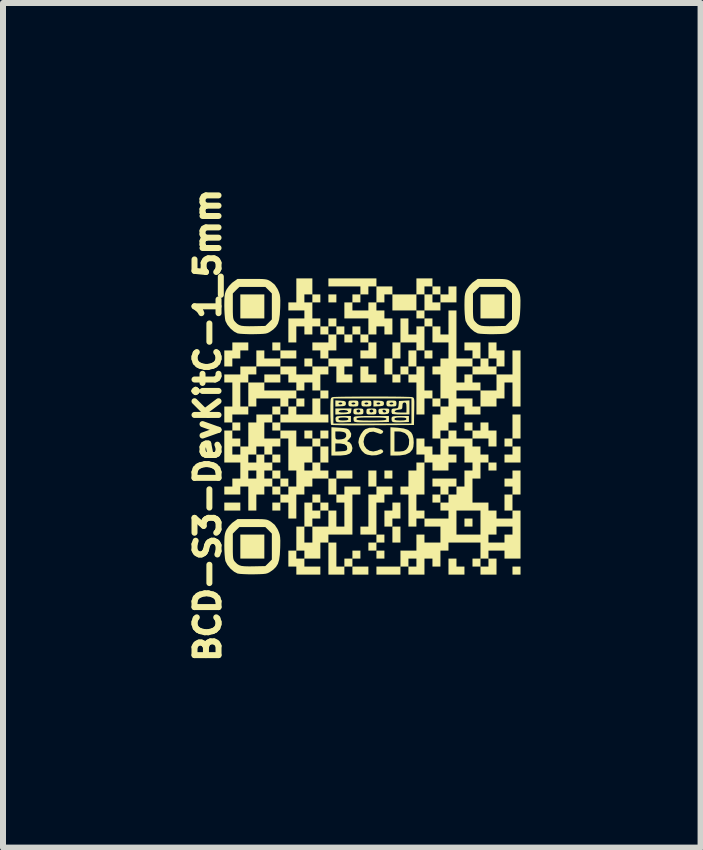
<source format=kicad_pcb>
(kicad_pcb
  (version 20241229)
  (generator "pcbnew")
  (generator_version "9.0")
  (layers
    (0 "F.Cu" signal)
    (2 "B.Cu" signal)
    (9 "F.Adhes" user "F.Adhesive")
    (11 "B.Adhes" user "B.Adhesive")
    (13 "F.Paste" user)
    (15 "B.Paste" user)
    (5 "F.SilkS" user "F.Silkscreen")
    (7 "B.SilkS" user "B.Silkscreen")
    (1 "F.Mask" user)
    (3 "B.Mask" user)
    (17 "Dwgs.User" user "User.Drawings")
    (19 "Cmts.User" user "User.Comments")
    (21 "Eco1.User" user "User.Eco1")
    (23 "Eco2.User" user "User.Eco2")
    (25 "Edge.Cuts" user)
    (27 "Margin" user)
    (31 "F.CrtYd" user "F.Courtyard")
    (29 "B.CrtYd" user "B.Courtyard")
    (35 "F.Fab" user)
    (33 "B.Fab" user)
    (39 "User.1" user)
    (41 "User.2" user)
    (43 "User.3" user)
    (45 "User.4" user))
  (footprint "BCD-S3-DevKitC-1_5mm"
    (layer "F.Cu")
    (at 3.153 4.054)
    (property "Reference" "BCD-S3-DevKitC-1_5mm" (at -2.743 -0.021 90) (layer "F.SilkS") (effects (font (size 0.4 0.4) (thickness 0.1) (bold yes))))
    (attr board_only exclude_from_pos_files exclude_from_bom)
    (fp_poly (pts (xy -2.2 1.333) (xy -2.2 1.4) (xy -2.333 1.4) (xy -2.467 1.4) (xy -2.467 1.333) (xy -2.467 1.267) (xy -2.333 1.267) (xy -2.2 1.267)) (stroke (width 0) (type solid)) (fill yes) (layer "F.SilkS"))
    (fp_poly (pts (xy -1.8 -2) (xy -1.8 -1.8) (xy -2 -1.8) (xy -2.2 -1.8) (xy -2.2 -2) (xy -2.2 -2.2) (xy -2 -2.2) (xy -1.8 -2.2)) (stroke (width 0) (type solid)) (fill yes) (layer "F.SilkS"))
    (fp_poly (pts (xy -1.8 2) (xy -1.8 2.2) (xy -2 2.2) (xy -2.2 2.2) (xy -2.2 2) (xy -2.2 1.8) (xy -2 1.8) (xy -1.8 1.8)) (stroke (width 0) (type solid)) (fill yes) (layer "F.SilkS"))
    (fp_poly (pts (xy -1.533 -1.333) (xy -1.533 -1.267) (xy -1.6 -1.267) (xy -1.667 -1.267) (xy -1.667 -1.333) (xy -1.667 -1.4) (xy -1.6 -1.4) (xy -1.533 -1.4)) (stroke (width 0) (type solid)) (fill yes) (layer "F.SilkS"))
    (fp_poly (pts (xy -1.533 0.533) (xy -1.533 0.6) (xy -1.6 0.6) (xy -1.667 0.6) (xy -1.667 0.533) (xy -1.667 0.467) (xy -1.6 0.467) (xy -1.533 0.467)) (stroke (width 0) (type solid)) (fill yes) (layer "F.SilkS"))
    (fp_poly (pts (xy -1.533 0.8) (xy -1.533 0.867) (xy -1.6 0.867) (xy -1.667 0.867) (xy -1.667 0.8) (xy -1.667 0.733) (xy -1.6 0.733) (xy -1.533 0.733)) (stroke (width 0) (type solid)) (fill yes) (layer "F.SilkS"))
    (fp_poly (pts (xy -1.4 0.933) (xy -1.4 1) (xy -1.467 1) (xy -1.533 1) (xy -1.533 0.933) (xy -1.533 0.867) (xy -1.467 0.867) (xy -1.4 0.867)) (stroke (width 0) (type solid)) (fill yes) (layer "F.SilkS"))
    (fp_poly (pts (xy -1.133 -0.4) (xy -1.133 -0.333) (xy -1.2 -0.333) (xy -1.267 -0.333) (xy -1.267 -0.4) (xy -1.267 -0.467) (xy -1.2 -0.467) (xy -1.133 -0.467)) (stroke (width 0) (type solid)) (fill yes) (layer "F.SilkS"))
    (fp_poly (pts (xy -0.6 -2.133) (xy -0.6 -2.067) (xy -0.667 -2.067) (xy -0.733 -2.067) (xy -0.733 -2.133) (xy -0.733 -2.2) (xy -0.667 -2.2) (xy -0.6 -2.2)) (stroke (width 0) (type solid)) (fill yes) (layer "F.SilkS"))
    (fp_poly (pts (xy -0.067 2.4) (xy -0.067 2.467) (xy -0.2 2.467) (xy -0.333 2.467) (xy -0.333 2.4) (xy -0.333 2.333) (xy -0.2 2.333) (xy -0.067 2.333)) (stroke (width 0) (type solid)) (fill yes) (layer "F.SilkS"))
    (fp_poly (pts (xy 0.067 0.867) (xy 0.067 1) (xy 0 1) (xy -0.067 1) (xy -0.067 0.867) (xy -0.067 0.733) (xy 0 0.733) (xy 0.067 0.733)) (stroke (width 0) (type solid)) (fill yes) (layer "F.SilkS"))
    (fp_poly (pts (xy 0.2 2.133) (xy 0.2 2.2) (xy 0.133 2.2) (xy 0.067 2.2) (xy 0.067 2.133) (xy 0.067 2.067) (xy 0.133 2.067) (xy 0.2 2.067)) (stroke (width 0) (type solid)) (fill yes) (layer "F.SilkS"))
    (fp_poly (pts (xy 0.333 0.8) (xy 0.333 0.867) (xy 0.267 0.867) (xy 0.2 0.867) (xy 0.2 0.8) (xy 0.2 0.733) (xy 0.267 0.733) (xy 0.333 0.733)) (stroke (width 0) (type solid)) (fill yes) (layer "F.SilkS"))
    (fp_poly (pts (xy 0.467 1.8) (xy 0.467 1.933) (xy 0.4 1.933) (xy 0.333 1.933) (xy 0.333 1.8) (xy 0.333 1.667) (xy 0.4 1.667) (xy 0.467 1.667)) (stroke (width 0) (type solid)) (fill yes) (layer "F.SilkS"))
    (fp_poly (pts (xy 0.733 -1.133) (xy 0.733 -1) (xy 0.667 -1) (xy 0.6 -1) (xy 0.6 -1.133) (xy 0.6 -1.267) (xy 0.667 -1.267) (xy 0.733 -1.267)) (stroke (width 0) (type solid)) (fill yes) (layer "F.SilkS"))
    (fp_poly (pts (xy 1 -1.2) (xy 1 -1.133) (xy 0.933 -1.133) (xy 0.867 -1.133) (xy 0.867 -1.2) (xy 0.867 -1.267) (xy 0.933 -1.267) (xy 1 -1.267)) (stroke (width 0) (type solid)) (fill yes) (layer "F.SilkS"))
    (fp_poly (pts (xy 1.667 1.6) (xy 1.667 1.667) (xy 1.6 1.667) (xy 1.533 1.667) (xy 1.533 1.6) (xy 1.533 1.533) (xy 1.6 1.533) (xy 1.667 1.533)) (stroke (width 0) (type solid)) (fill yes) (layer "F.SilkS"))
    (fp_poly (pts (xy 2.067 0.667) (xy 2.067 0.733) (xy 2 0.733) (xy 1.933 0.733) (xy 1.933 0.667) (xy 1.933 0.6) (xy 2 0.6) (xy 2.067 0.6)) (stroke (width 0) (type solid)) (fill yes) (layer "F.SilkS"))
    (fp_poly (pts (xy 2.2 -2) (xy 2.2 -1.8) (xy 2 -1.8) (xy 1.8 -1.8) (xy 1.8 -2) (xy 1.8 -2.2) (xy 2 -2.2) (xy 2.2 -2.2)) (stroke (width 0) (type solid)) (fill yes) (layer "F.SilkS"))
    (fp_poly (pts (xy 2.467 2.4) (xy 2.467 2.467) (xy 2.4 2.467) (xy 2.333 2.467) (xy 2.333 2.4) (xy 2.333 2.333) (xy 2.4 2.333) (xy 2.467 2.333)) (stroke (width 0) (type solid)) (fill yes) (layer "F.SilkS"))
    (fp_poly (pts (xy -0.067 -0.933) (xy -0.067 -0.867) (xy 0 -0.867) (xy 0.067 -0.867) (xy 0.067 -0.8) (xy 0.067 -0.733) (xy -0.067 -0.733) (xy -0.2 -0.733) (xy -0.2 -0.867) (xy -0.2 -1) (xy -0.133 -1) (xy -0.067 -1)) (stroke (width 0) (type solid)) (fill yes) (layer "F.SilkS"))
    (fp_poly (pts (xy 0.067 -1.267) (xy 0.067 -1.133) (xy -0.067 -1.133) (xy -0.2 -1.133) (xy -0.2 -1.2) (xy -0.2 -1.267) (xy -0.133 -1.267) (xy -0.067 -1.267) (xy -0.067 -1.333) (xy -0.067 -1.4) (xy 0 -1.4) (xy 0.067 -1.4)) (stroke (width 0) (type solid)) (fill yes) (layer "F.SilkS"))
    (fp_poly (pts (xy 1.4 2.267) (xy 1.4 2.333) (xy 1.467 2.333) (xy 1.533 2.333) (xy 1.533 2.4) (xy 1.533 2.467) (xy 1.4 2.467) (xy 1.267 2.467) (xy 1.267 2.333) (xy 1.267 2.2) (xy 1.333 2.2) (xy 1.4 2.2)) (stroke (width 0) (type solid)) (fill yes) (layer "F.SilkS"))
    (fp_poly (pts (xy 2.467 0.467) (xy 2.467 0.6) (xy 2.333 0.6) (xy 2.2 0.6) (xy 2.2 0.533) (xy 2.2 0.467) (xy 2.267 0.467) (xy 2.333 0.467) (xy 2.333 0.4) (xy 2.333 0.333) (xy 2.4 0.333) (xy 2.467 0.333)) (stroke (width 0) (type solid)) (fill yes) (layer "F.SilkS"))
    (fp_poly (pts (xy 0.2 1.867) (xy 0.2 1.933) (xy 0.133 1.933) (xy 0.067 1.933) (xy 0.067 2) (xy 0.067 2.067) (xy 0 2.067) (xy -0.067 2.067) (xy -0.067 2) (xy -0.067 1.933) (xy 0 1.933) (xy 0.067 1.933) (xy 0.067 1.867) (xy 0.067 1.8) (xy 0.133 1.8) (xy 0.2 1.8)) (stroke (width 0) (type solid)) (fill yes) (layer "F.SilkS"))
    (fp_poly (pts (xy 0.467 1.4) (xy 0.467 1.533) (xy 0.4 1.533) (xy 0.333 1.533) (xy 0.333 1.6) (xy 0.333 1.667) (xy 0.267 1.667) (xy 0.2 1.667) (xy 0.2 1.533) (xy 0.2 1.4) (xy 0.267 1.4) (xy 0.333 1.4) (xy 0.333 1.333) (xy 0.333 1.267) (xy 0.4 1.267) (xy 0.467 1.267)) (stroke (width 0) (type solid)) (fill yes) (layer "F.SilkS"))
    (fp_poly (pts (xy 2.467 0) (xy 2.467 0.2) (xy 2.4 0.2) (xy 2.333 0.2) (xy 2.333 0.267) (xy 2.333 0.333) (xy 2.267 0.333) (xy 2.2 0.333) (xy 2.2 0.267) (xy 2.2 0.2) (xy 2.267 0.2) (xy 2.333 0.2) (xy 2.333 0) (xy 2.333 -0.2) (xy 2.4 -0.2) (xy 2.467 -0.2)) (stroke (width 0) (type solid)) (fill yes) (layer "F.SilkS"))
    (fp_poly (pts (xy -2.067 -1.333) (xy -2.067 -1.267) (xy -2.133 -1.267) (xy -2.2 -1.267) (xy -2.2 -1.2) (xy -2.2 -1.133) (xy -2.267 -1.133) (xy -2.333 -1.133) (xy -2.333 -1.067) (xy -2.333 -1) (xy -2.4 -1) (xy -2.467 -1) (xy -2.467 -1.133) (xy -2.467 -1.267) (xy -2.4 -1.267) (xy -2.333 -1.267) (xy -2.333 -1.333) (xy -2.333 -1.4) (xy -2.2 -1.4) (xy -2.067 -1.4)) (stroke (width 0) (type solid)) (fill yes) (layer "F.SilkS"))
    (fp_poly (pts (xy -0.529 -0.43) (xy -0.478 -0.426) (xy -0.452 -0.417) (xy -0.443 -0.401) (xy -0.442 -0.383) (xy -0.445 -0.359) (xy -0.459 -0.346) (xy -0.492 -0.339) (xy -0.529 -0.337) (xy -0.617 -0.332) (xy -0.617 -0.383) (xy -0.567 -0.383) (xy -0.553 -0.37) (xy -0.533 -0.367) (xy -0.506 -0.374) (xy -0.5 -0.383) (xy -0.514 -0.397) (xy -0.533 -0.4) (xy -0.56 -0.393) (xy -0.567 -0.383) (xy -0.617 -0.383) (xy -0.617 -0.435)) (stroke (width 0) (type solid)) (fill yes) (layer "F.SilkS"))
    (fp_poly (pts (xy 0.104 -0.43) (xy 0.155 -0.426) (xy 0.181 -0.417) (xy 0.191 -0.401) (xy 0.192 -0.383) (xy 0.189 -0.359) (xy 0.175 -0.346) (xy 0.141 -0.339) (xy 0.104 -0.337) (xy 0.017 -0.332) (xy 0.017 -0.383) (xy 0.067 -0.383) (xy 0.081 -0.37) (xy 0.1 -0.367) (xy 0.127 -0.374) (xy 0.133 -0.383) (xy 0.119 -0.397) (xy 0.1 -0.4) (xy 0.073 -0.393) (xy 0.067 -0.383) (xy 0.017 -0.383) (xy 0.017 -0.435)) (stroke (width 0) (type solid)) (fill yes) (layer "F.SilkS"))
    (fp_poly (pts (xy 0.333 1.067) (xy 0.333 1.133) (xy 0.267 1.133) (xy 0.2 1.133) (xy 0.2 1.2) (xy 0.2 1.267) (xy 0.133 1.267) (xy 0.067 1.267) (xy 0.067 1.533) (xy 0.067 1.8) (xy -0.067 1.8) (xy -0.2 1.8) (xy -0.2 1.733) (xy -0.2 1.667) (xy -0.133 1.667) (xy -0.067 1.667) (xy -0.067 1.4) (xy -0.067 1.133) (xy 0 1.133) (xy 0.067 1.133) (xy 0.067 1.067) (xy 0.067 1) (xy 0.2 1) (xy 0.333 1)) (stroke (width 0) (type solid)) (fill yes) (layer "F.SilkS"))
    (fp_poly (pts (xy 1.4 0.933) (xy 1.4 1) (xy 1.333 1) (xy 1.267 1) (xy 1.267 1.067) (xy 1.267 1.133) (xy 1.2 1.133) (xy 1.133 1.133) (xy 1.133 1.2) (xy 1.133 1.267) (xy 1.067 1.267) (xy 1 1.267) (xy 1 1.2) (xy 1 1.133) (xy 1.067 1.133) (xy 1.133 1.133) (xy 1.133 1.067) (xy 1.133 1) (xy 1.067 1) (xy 1 1) (xy 1 0.933) (xy 1 0.867) (xy 1.2 0.867) (xy 1.4 0.867)) (stroke (width 0) (type solid)) (fill yes) (layer "F.SilkS"))
    (fp_poly (pts (xy 2.467 0.933) (xy 2.467 1.133) (xy 2.4 1.133) (xy 2.333 1.133) (xy 2.333 1.267) (xy 2.333 1.4) (xy 2.267 1.4) (xy 2.2 1.4) (xy 2.2 1.267) (xy 2.2 1.133) (xy 2.267 1.133) (xy 2.333 1.133) (xy 2.333 1.067) (xy 2.333 1) (xy 2.267 1) (xy 2.2 1) (xy 2.2 0.933) (xy 2.2 0.867) (xy 2.267 0.867) (xy 2.333 0.867) (xy 2.333 0.8) (xy 2.333 0.733) (xy 2.4 0.733) (xy 2.467 0.733)) (stroke (width 0) (type solid)) (fill yes) (layer "F.SilkS"))
    (fp_poly (pts (xy -0.353 -0.254) (xy -0.357 -0.231) (xy -0.368 -0.217) (xy -0.392 -0.21) (xy -0.436 -0.206) (xy -0.487 -0.203) (xy -0.617 -0.199) (xy -0.617 -0.249) (xy -0.617 -0.254) (xy -0.562 -0.254) (xy -0.556 -0.241) (xy -0.522 -0.234) (xy -0.483 -0.233) (xy -0.43 -0.236) (xy -0.406 -0.245) (xy -0.404 -0.254) (xy -0.425 -0.268) (xy -0.469 -0.275) (xy -0.483 -0.275) (xy -0.533 -0.27) (xy -0.56 -0.258) (xy -0.562 -0.254) (xy -0.617 -0.254) (xy -0.617 -0.3) (xy -0.482 -0.3) (xy -0.348 -0.3)) (stroke (width 0) (type solid)) (fill yes) (layer "F.SilkS"))
    (fp_poly (pts (xy -0.267 -0.432) (xy -0.243 -0.426) (xy -0.234 -0.408) (xy -0.233 -0.383) (xy -0.235 -0.354) (xy -0.246 -0.339) (xy -0.276 -0.334) (xy -0.317 -0.333) (xy -0.366 -0.334) (xy -0.391 -0.341) (xy -0.399 -0.359) (xy -0.4 -0.383) (xy -0.35 -0.383) (xy -0.336 -0.37) (xy -0.317 -0.367) (xy -0.29 -0.374) (xy -0.283 -0.383) (xy -0.297 -0.397) (xy -0.317 -0.4) (xy -0.344 -0.393) (xy -0.35 -0.383) (xy -0.4 -0.383) (xy -0.398 -0.413) (xy -0.387 -0.428) (xy -0.358 -0.433) (xy -0.317 -0.433)) (stroke (width 0) (type solid)) (fill yes) (layer "F.SilkS"))
    (fp_poly (pts (xy -0.051 -0.432) (xy -0.026 -0.426) (xy -0.018 -0.408) (xy -0.017 -0.383) (xy -0.018 -0.354) (xy -0.03 -0.339) (xy -0.059 -0.334) (xy -0.1 -0.333) (xy -0.149 -0.334) (xy -0.174 -0.341) (xy -0.182 -0.359) (xy -0.183 -0.383) (xy -0.133 -0.383) (xy -0.119 -0.37) (xy -0.1 -0.367) (xy -0.073 -0.374) (xy -0.067 -0.383) (xy -0.081 -0.397) (xy -0.1 -0.4) (xy -0.127 -0.393) (xy -0.133 -0.383) (xy -0.183 -0.383) (xy -0.182 -0.413) (xy -0.17 -0.428) (xy -0.141 -0.433) (xy -0.1 -0.433)) (stroke (width 0) (type solid)) (fill yes) (layer "F.SilkS"))
    (fp_poly (pts (xy 0.366 -0.432) (xy 0.391 -0.426) (xy 0.399 -0.408) (xy 0.4 -0.383) (xy 0.398 -0.354) (xy 0.387 -0.339) (xy 0.358 -0.334) (xy 0.317 -0.333) (xy 0.267 -0.334) (xy 0.243 -0.341) (xy 0.234 -0.359) (xy 0.233 -0.383) (xy 0.283 -0.383) (xy 0.297 -0.37) (xy 0.317 -0.367) (xy 0.344 -0.374) (xy 0.35 -0.383) (xy 0.336 -0.397) (xy 0.317 -0.4) (xy 0.29 -0.393) (xy 0.283 -0.383) (xy 0.233 -0.383) (xy 0.235 -0.413) (xy 0.246 -0.428) (xy 0.276 -0.433) (xy 0.317 -0.433)) (stroke (width 0) (type solid)) (fill yes) (layer "F.SilkS"))
    (fp_poly (pts (xy -0.184 -0.299) (xy -0.159 -0.292) (xy -0.151 -0.275) (xy -0.15 -0.25) (xy -0.152 -0.22) (xy -0.163 -0.206) (xy -0.192 -0.201) (xy -0.233 -0.2) (xy -0.283 -0.201) (xy -0.307 -0.208) (xy -0.316 -0.225) (xy -0.317 -0.25) (xy -0.316 -0.258) (xy -0.267 -0.258) (xy -0.253 -0.238) (xy -0.233 -0.233) (xy -0.206 -0.244) (xy -0.2 -0.258) (xy -0.214 -0.279) (xy -0.233 -0.283) (xy -0.26 -0.273) (xy -0.267 -0.258) (xy -0.316 -0.258) (xy -0.315 -0.28) (xy -0.304 -0.294) (xy -0.274 -0.299) (xy -0.233 -0.3)) (stroke (width 0) (type solid)) (fill yes) (layer "F.SilkS"))
    (fp_poly (pts (xy 0.033 -0.299) (xy 0.057 -0.292) (xy 0.066 -0.275) (xy 0.067 -0.25) (xy 0.065 -0.22) (xy 0.054 -0.206) (xy 0.024 -0.201) (xy -0.017 -0.2) (xy -0.066 -0.201) (xy -0.091 -0.208) (xy -0.099 -0.225) (xy -0.1 -0.25) (xy -0.099 -0.258) (xy -0.05 -0.258) (xy -0.036 -0.238) (xy -0.017 -0.233) (xy 0.01 -0.244) (xy 0.017 -0.258) (xy 0.003 -0.279) (xy -0.017 -0.283) (xy -0.044 -0.273) (xy -0.05 -0.258) (xy -0.099 -0.258) (xy -0.098 -0.28) (xy -0.087 -0.294) (xy -0.058 -0.299) (xy -0.017 -0.3)) (stroke (width 0) (type solid)) (fill yes) (layer "F.SilkS"))
    (fp_poly (pts (xy -0.6 2.133) (xy -0.6 2.333) (xy -0.533 2.333) (xy -0.467 2.333) (xy -0.467 2.267) (xy -0.467 2.2) (xy -0.4 2.2) (xy -0.333 2.2) (xy -0.333 2.133) (xy -0.333 2.067) (xy -0.267 2.067) (xy -0.2 2.067) (xy -0.2 2.133) (xy -0.2 2.2) (xy -0.267 2.2) (xy -0.333 2.2) (xy -0.333 2.267) (xy -0.333 2.333) (xy -0.4 2.333) (xy -0.467 2.333) (xy -0.467 2.4) (xy -0.467 2.467) (xy -0.6 2.467) (xy -0.733 2.467) (xy -0.733 2.2) (xy -0.733 1.933) (xy -0.667 1.933) (xy -0.6 1.933)) (stroke (width 0) (type solid)) (fill yes) (layer "F.SilkS"))
    (fp_poly (pts (xy -0.358 -0.125) (xy -0.358 -0.075) (xy -0.479 -0.07) (xy -0.546 -0.069) (xy -0.586 -0.073) (xy -0.606 -0.083) (xy -0.61 -0.09) (xy -0.615 -0.125) (xy -0.567 -0.125) (xy -0.558 -0.109) (xy -0.527 -0.102) (xy -0.483 -0.1) (xy -0.431 -0.103) (xy -0.405 -0.112) (xy -0.4 -0.125) (xy -0.409 -0.141) (xy -0.44 -0.148) (xy -0.483 -0.15) (xy -0.536 -0.147) (xy -0.561 -0.138) (xy -0.567 -0.125) (xy -0.615 -0.125) (xy -0.615 -0.128) (xy -0.614 -0.145) (xy -0.606 -0.16) (xy -0.587 -0.17) (xy -0.548 -0.174) (xy -0.483 -0.175) (xy -0.358 -0.175)) (stroke (width 0) (type solid)) (fill yes) (layer "F.SilkS"))
    (fp_poly (pts (xy 0.245 -0.299) (xy 0.273 -0.294) (xy 0.282 -0.281) (xy 0.28 -0.255) (xy 0.28 -0.254) (xy 0.274 -0.226) (xy 0.256 -0.211) (xy 0.218 -0.205) (xy 0.199 -0.203) (xy 0.151 -0.203) (xy 0.118 -0.207) (xy 0.112 -0.21) (xy 0.102 -0.235) (xy 0.1 -0.26) (xy 0.167 -0.26) (xy 0.181 -0.238) (xy 0.201 -0.233) (xy 0.227 -0.241) (xy 0.229 -0.254) (xy 0.211 -0.275) (xy 0.186 -0.28) (xy 0.168 -0.268) (xy 0.167 -0.26) (xy 0.1 -0.26) (xy 0.1 -0.261) (xy 0.103 -0.283) (xy 0.116 -0.295) (xy 0.149 -0.299) (xy 0.193 -0.3)) (stroke (width 0) (type solid)) (fill yes) (layer "F.SilkS"))
    (fp_poly (pts (xy 0.421 0.02) (xy 0.522 0.033) (xy 0.595 0.058) (xy 0.645 0.097) (xy 0.668 0.137) (xy 0.684 0.198) (xy 0.688 0.27) (xy 0.682 0.339) (xy 0.667 0.382) (xy 0.623 0.434) (xy 0.554 0.467) (xy 0.458 0.482) (xy 0.421 0.483) (xy 0.3 0.483) (xy 0.3 0.25) (xy 0.367 0.25) (xy 0.367 0.417) (xy 0.447 0.417) (xy 0.514 0.41) (xy 0.558 0.387) (xy 0.562 0.384) (xy 0.592 0.343) (xy 0.608 0.301) (xy 0.612 0.22) (xy 0.589 0.155) (xy 0.54 0.109) (xy 0.471 0.085) (xy 0.439 0.083) (xy 0.367 0.083) (xy 0.367 0.25) (xy 0.3 0.25) (xy 0.3 0.248) (xy 0.3 0.012)) (stroke (width 0) (type solid)) (fill yes) (layer "F.SilkS"))
    (fp_poly (pts (xy 0.608 -0.125) (xy 0.608 -0.075) (xy 0.471 -0.07) (xy 0.399 -0.069) (xy 0.355 -0.072) (xy 0.331 -0.08) (xy 0.323 -0.09) (xy 0.318 -0.125) (xy 0.367 -0.125) (xy 0.374 -0.11) (xy 0.402 -0.103) (xy 0.455 -0.1) (xy 0.467 -0.1) (xy 0.525 -0.102) (xy 0.556 -0.109) (xy 0.566 -0.122) (xy 0.567 -0.125) (xy 0.559 -0.14) (xy 0.532 -0.147) (xy 0.479 -0.15) (xy 0.467 -0.15) (xy 0.409 -0.148) (xy 0.377 -0.141) (xy 0.367 -0.128) (xy 0.367 -0.125) (xy 0.318 -0.125) (xy 0.318 -0.128) (xy 0.32 -0.145) (xy 0.326 -0.16) (xy 0.344 -0.169) (xy 0.38 -0.173) (xy 0.44 -0.175) (xy 0.467 -0.175) (xy 0.608 -0.175)) (stroke (width 0) (type solid)) (fill yes) (layer "F.SilkS"))
    (fp_poly (pts (xy 0.106 0.035) (xy 0.127 0.044) (xy 0.169 0.067) (xy 0.181 0.087) (xy 0.167 0.109) (xy 0.161 0.115) (xy 0.135 0.124) (xy 0.097 0.112) (xy 0.09 0.109) (xy 0.017 0.085) (xy -0.048 0.093) (xy -0.101 0.13) (xy -0.133 0.182) (xy -0.148 0.254) (xy -0.135 0.318) (xy -0.1 0.369) (xy -0.048 0.404) (xy 0.014 0.416) (xy 0.083 0.401) (xy 0.1 0.392) (xy 0.14 0.379) (xy 0.162 0.387) (xy 0.181 0.411) (xy 0.172 0.434) (xy 0.134 0.458) (xy 0.067 0.478) (xy -0.011 0.482) (xy -0.086 0.469) (xy -0.126 0.452) (xy -0.177 0.404) (xy -0.215 0.338) (xy -0.233 0.268) (xy -0.233 0.257) (xy -0.222 0.195) (xy -0.192 0.129) (xy -0.151 0.072) (xy -0.119 0.045) (xy -0.052 0.022) (xy 0.028 0.019)) (stroke (width 0) (type solid)) (fill yes) (layer "F.SilkS"))
    (fp_poly (pts (xy -1.533 -0.8) (xy -1.533 -0.733) (xy -1.667 -0.733) (xy -1.8 -0.733) (xy -1.8 -0.667) (xy -1.8 -0.6) (xy -1.533 -0.6) (xy -1.267 -0.6) (xy -1.267 -0.533) (xy -1.267 -0.467) (xy -1.333 -0.467) (xy -1.4 -0.467) (xy -1.4 -0.4) (xy -1.4 -0.333) (xy -1.467 -0.333) (xy -1.533 -0.333) (xy -1.533 -0.267) (xy -1.533 -0.2) (xy -1.6 -0.2) (xy -1.667 -0.2) (xy -1.667 -0.267) (xy -1.667 -0.333) (xy -1.6 -0.333) (xy -1.533 -0.333) (xy -1.533 -0.4) (xy -1.533 -0.467) (xy -1.733 -0.467) (xy -1.933 -0.467) (xy -1.933 -0.4) (xy -1.933 -0.333) (xy -2 -0.333) (xy -2.067 -0.333) (xy -2.067 -0.533) (xy -2.067 -0.733) (xy -1.933 -0.733) (xy -1.8 -0.733) (xy -1.8 -0.8) (xy -1.8 -0.867) (xy -1.667 -0.867) (xy -1.533 -0.867)) (stroke (width 0) (type solid)) (fill yes) (layer "F.SilkS"))
    (fp_poly (pts (xy -0.733 -0.533) (xy -0.733 -0.467) (xy -0.8 -0.467) (xy -0.867 -0.467) (xy -0.867 -0.333) (xy -0.867 -0.2) (xy -0.8 -0.2) (xy -0.733 -0.2) (xy -0.733 -0.133) (xy -0.733 -0.067) (xy -1.133 -0.067) (xy -1.533 -0.067) (xy -1.533 0) (xy -1.533 0.067) (xy -1.6 0.067) (xy -1.667 0.067) (xy -1.667 0) (xy -1.667 -0.067) (xy -1.6 -0.067) (xy -1.533 -0.067) (xy -1.533 -0.133) (xy -1.533 -0.2) (xy -1.467 -0.2) (xy -1.4 -0.2) (xy -1.4 -0.267) (xy -1.4 -0.333) (xy -1.333 -0.333) (xy -1.267 -0.333) (xy -1.267 -0.267) (xy -1.267 -0.2) (xy -1.133 -0.2) (xy -1 -0.2) (xy -1 -0.333) (xy -1 -0.467) (xy -0.933 -0.467) (xy -0.867 -0.467) (xy -0.867 -0.533) (xy -0.867 -0.6) (xy -0.8 -0.6) (xy -0.733 -0.6)) (stroke (width 0) (type solid)) (fill yes) (layer "F.SilkS"))
    (fp_poly (pts (xy 0.617 -0.318) (xy 0.617 -0.2) (xy 0.478 -0.2) (xy 0.413 -0.201) (xy 0.361 -0.205) (xy 0.331 -0.209) (xy 0.328 -0.211) (xy 0.319 -0.235) (xy 0.317 -0.254) (xy 0.371 -0.254) (xy 0.377 -0.242) (xy 0.409 -0.235) (xy 0.465 -0.233) (xy 0.567 -0.233) (xy 0.567 -0.317) (xy 0.565 -0.367) (xy 0.557 -0.392) (xy 0.541 -0.4) (xy 0.533 -0.4) (xy 0.51 -0.393) (xy 0.501 -0.367) (xy 0.5 -0.343) (xy 0.497 -0.305) (xy 0.482 -0.287) (xy 0.445 -0.281) (xy 0.439 -0.28) (xy 0.397 -0.272) (xy 0.372 -0.257) (xy 0.371 -0.254) (xy 0.317 -0.254) (xy 0.317 -0.261) (xy 0.322 -0.288) (xy 0.343 -0.298) (xy 0.374 -0.3) (xy 0.412 -0.303) (xy 0.429 -0.317) (xy 0.436 -0.354) (xy 0.436 -0.362) (xy 0.442 -0.425) (xy 0.529 -0.43) (xy 0.617 -0.435)) (stroke (width 0) (type solid)) (fill yes) (layer "F.SilkS"))
    (fp_poly (pts (xy 0.275 -0.125) (xy 0.275 -0.075) (xy -0.013 -0.07) (xy -0.12 -0.069) (xy -0.198 -0.069) (xy -0.252 -0.071) (xy -0.285 -0.076) (xy -0.303 -0.082) (xy -0.31 -0.09) (xy -0.315 -0.125) (xy -0.267 -0.125) (xy -0.262 -0.115) (xy -0.245 -0.108) (xy -0.212 -0.104) (xy -0.157 -0.101) (xy -0.076 -0.1) (xy -0.017 -0.1) (xy 0.081 -0.1) (xy 0.15 -0.102) (xy 0.195 -0.105) (xy 0.221 -0.111) (xy 0.232 -0.119) (xy 0.233 -0.125) (xy 0.229 -0.135) (xy 0.212 -0.142) (xy 0.179 -0.146) (xy 0.124 -0.149) (xy 0.043 -0.15) (xy -0.017 -0.15) (xy -0.115 -0.15) (xy -0.184 -0.148) (xy -0.229 -0.145) (xy -0.254 -0.139) (xy -0.265 -0.131) (xy -0.267 -0.125) (xy -0.315 -0.125) (xy -0.315 -0.128) (xy -0.314 -0.145) (xy -0.309 -0.156) (xy -0.298 -0.164) (xy -0.274 -0.169) (xy -0.234 -0.172) (xy -0.173 -0.174) (xy -0.086 -0.175) (xy -0.016 -0.175) (xy 0.275 -0.175)) (stroke (width 0) (type solid)) (fill yes) (layer "F.SilkS"))
    (fp_poly (pts (xy 0.095 -0.499) (xy 0.222 -0.499) (xy 0.342 -0.498) (xy 0.45 -0.497) (xy 0.541 -0.495) (xy 0.609 -0.493) (xy 0.652 -0.491) (xy 0.663 -0.489) (xy 0.678 -0.484) (xy 0.688 -0.475) (xy 0.695 -0.455) (xy 0.698 -0.42) (xy 0.698 -0.365) (xy 0.697 -0.283) (xy 0.696 -0.252) (xy 0.692 -0.025) (xy 0.007 -0.021) (xy -0.141 -0.02) (xy -0.278 -0.02) (xy -0.402 -0.02) (xy -0.508 -0.021) (xy -0.593 -0.023) (xy -0.653 -0.024) (xy -0.685 -0.027) (xy -0.689 -0.028) (xy -0.693 -0.048) (xy -0.696 -0.094) (xy -0.699 -0.161) (xy -0.7 -0.242) (xy -0.7 -0.258) (xy -0.65 -0.258) (xy -0.65 -0.05) (xy 0 -0.05) (xy 0.65 -0.05) (xy 0.65 -0.258) (xy 0.65 -0.467) (xy 0 -0.467) (xy -0.65 -0.467) (xy -0.65 -0.258) (xy -0.7 -0.258) (xy -0.7 -0.259) (xy -0.7 -0.348) (xy -0.698 -0.41) (xy -0.695 -0.449) (xy -0.689 -0.472) (xy -0.679 -0.483) (xy -0.665 -0.489) (xy -0.662 -0.489) (xy -0.636 -0.492) (xy -0.582 -0.494) (xy -0.503 -0.496) (xy -0.404 -0.497) (xy -0.291 -0.498) (xy -0.167 -0.499) (xy -0.037 -0.499)) (stroke (width 0) (type solid)) (fill yes) (layer "F.SilkS"))
    (fp_poly (pts (xy -1.8 -1.2) (xy -1.8 -1.133) (xy -1.667 -1.133) (xy -1.533 -1.133) (xy -1.533 -1.2) (xy -1.533 -1.267) (xy -1.4 -1.267) (xy -1.267 -1.267) (xy -1.267 -1.2) (xy -1.267 -1.133) (xy -1.4 -1.133) (xy -1.533 -1.133) (xy -1.533 -1.067) (xy -1.533 -1) (xy -1.733 -1) (xy -1.933 -1) (xy -1.933 -0.933) (xy -1.933 -0.867) (xy -2 -0.867) (xy -2.067 -0.867) (xy -2.067 -0.8) (xy -2.067 -0.733) (xy -2.133 -0.733) (xy -2.2 -0.733) (xy -2.2 -0.533) (xy -2.2 -0.333) (xy -2.133 -0.333) (xy -2.067 -0.333) (xy -2.067 -0.267) (xy -2.067 -0.2) (xy -2.2 -0.2) (xy -2.333 -0.2) (xy -2.333 -0.133) (xy -2.333 -0.067) (xy -2.4 -0.067) (xy -2.467 -0.067) (xy -2.467 -0.2) (xy -2.467 -0.333) (xy -2.4 -0.333) (xy -2.333 -0.333) (xy -2.333 -0.533) (xy -2.333 -0.733) (xy -2.4 -0.733) (xy -2.467 -0.733) (xy -2.467 -0.8) (xy -2.467 -0.867) (xy -2.333 -0.867) (xy -2.2 -0.867) (xy -2.2 -0.933) (xy -2.2 -1) (xy -2.067 -1) (xy -1.933 -1) (xy -1.933 -1.133) (xy -1.933 -1.267) (xy -1.867 -1.267) (xy -1.8 -1.267)) (stroke (width 0) (type solid)) (fill yes) (layer "F.SilkS"))
    (fp_poly (pts (xy -0.547 0.02) (xy -0.477 0.026) (xy -0.431 0.033) (xy -0.402 0.046) (xy -0.382 0.065) (xy -0.381 0.066) (xy -0.353 0.12) (xy -0.358 0.172) (xy -0.394 0.215) (xy -0.419 0.24) (xy -0.416 0.25) (xy -0.413 0.25) (xy -0.377 0.265) (xy -0.348 0.303) (xy -0.334 0.352) (xy -0.333 0.363) (xy -0.344 0.415) (xy -0.378 0.452) (xy -0.437 0.474) (xy -0.524 0.483) (xy -0.552 0.483) (xy -0.683 0.483) (xy -0.683 0.351) (xy -0.617 0.351) (xy -0.617 0.418) (xy -0.521 0.413) (xy -0.466 0.409) (xy -0.437 0.401) (xy -0.423 0.386) (xy -0.419 0.368) (xy -0.427 0.324) (xy -0.463 0.296) (xy -0.527 0.284) (xy -0.545 0.283) (xy -0.617 0.283) (xy -0.617 0.351) (xy -0.683 0.351) (xy -0.683 0.248) (xy -0.683 0.15) (xy -0.617 0.15) (xy -0.615 0.193) (xy -0.604 0.212) (xy -0.575 0.217) (xy -0.557 0.217) (xy -0.507 0.212) (xy -0.467 0.2) (xy -0.466 0.199) (xy -0.438 0.169) (xy -0.437 0.13) (xy -0.453 0.103) (xy -0.482 0.091) (xy -0.528 0.084) (xy -0.545 0.083) (xy -0.617 0.083) (xy -0.617 0.15) (xy -0.683 0.15) (xy -0.683 0.012)) (stroke (width 0) (type solid)) (fill yes) (layer "F.SilkS"))
    (fp_poly (pts (xy -1 -1.067) (xy -1 -1) (xy -0.867 -1) (xy -0.733 -1) (xy -0.733 -1.067) (xy -0.733 -1.133) (xy -0.533 -1.133) (xy -0.333 -1.133) (xy -0.333 -1.067) (xy -0.333 -1) (xy -0.4 -1) (xy -0.467 -1) (xy -0.467 -0.933) (xy -0.467 -0.867) (xy -0.4 -0.867) (xy -0.333 -0.867) (xy -0.333 -0.8) (xy -0.333 -0.733) (xy -0.467 -0.733) (xy -0.6 -0.733) (xy -0.6 -0.867) (xy -0.6 -1) (xy -0.667 -1) (xy -0.733 -1) (xy -0.733 -0.933) (xy -0.733 -0.867) (xy -0.8 -0.867) (xy -0.867 -0.867) (xy -0.867 -0.733) (xy -0.867 -0.6) (xy -0.933 -0.6) (xy -1 -0.6) (xy -1 -0.667) (xy -1 -0.733) (xy -1.067 -0.733) (xy -1.133 -0.733) (xy -1.133 -0.667) (xy -1.133 -0.6) (xy -1.2 -0.6) (xy -1.267 -0.6) (xy -1.267 -0.667) (xy -1.267 -0.733) (xy -1.333 -0.733) (xy -1.4 -0.733) (xy -1.4 -0.8) (xy -1.4 -0.867) (xy -1.467 -0.867) (xy -1.533 -0.867) (xy -1.533 -0.933) (xy -1.533 -1) (xy -1.4 -1) (xy -1.267 -1) (xy -1.267 -0.933) (xy -1.267 -0.867) (xy -1.133 -0.867) (xy -1 -0.867) (xy -1 -0.933) (xy -1 -1) (xy -1.067 -1) (xy -1.133 -1) (xy -1.133 -1.067) (xy -1.133 -1.133) (xy -1.067 -1.133) (xy -1 -1.133)) (stroke (width 0) (type solid)) (fill yes) (layer "F.SilkS"))
    (fp_poly (pts (xy -1.907 -2.458) (xy -1.839 -2.457) (xy -1.791 -2.453) (xy -1.756 -2.447) (xy -1.728 -2.436) (xy -1.701 -2.421) (xy -1.686 -2.411) (xy -1.627 -2.362) (xy -1.583 -2.296) (xy -1.572 -2.274) (xy -1.555 -2.232) (xy -1.543 -2.195) (xy -1.537 -2.153) (xy -1.534 -2.099) (xy -1.535 -2.024) (xy -1.536 -1.979) (xy -1.542 -1.865) (xy -1.554 -1.779) (xy -1.574 -1.713) (xy -1.606 -1.661) (xy -1.65 -1.617) (xy -1.685 -1.592) (xy -1.716 -1.571) (xy -1.745 -1.557) (xy -1.777 -1.548) (xy -1.821 -1.543) (xy -1.883 -1.54) (xy -1.971 -1.538) (xy -1.975 -1.538) (xy -2.062 -1.538) (xy -2.142 -1.541) (xy -2.205 -1.545) (xy -2.245 -1.551) (xy -2.246 -1.551) (xy -2.305 -1.582) (xy -2.365 -1.633) (xy -2.416 -1.695) (xy -2.447 -1.756) (xy -2.449 -1.761) (xy -2.456 -1.804) (xy -2.462 -1.87) (xy -2.466 -1.95) (xy -2.467 -2.018) (xy -2.466 -2.105) (xy -2.463 -2.167) (xy -2.456 -2.212) (xy -2.455 -2.216) (xy -2.325 -2.216) (xy -2.325 -2.001) (xy -2.325 -1.912) (xy -2.323 -1.85) (xy -2.319 -1.809) (xy -2.311 -1.781) (xy -2.3 -1.76) (xy -2.283 -1.741) (xy -2.253 -1.711) (xy -2.221 -1.691) (xy -2.182 -1.678) (xy -2.129 -1.672) (xy -2.054 -1.67) (xy -1.979 -1.671) (xy -1.784 -1.675) (xy -1.729 -1.729) (xy -1.675 -1.784) (xy -1.675 -2) (xy -1.675 -2.216) (xy -1.729 -2.271) (xy -1.784 -2.325) (xy -2 -2.325) (xy -2.216 -2.325) (xy -2.271 -2.271) (xy -2.325 -2.216) (xy -2.455 -2.216) (xy -2.445 -2.249) (xy -2.428 -2.285) (xy -2.389 -2.34) (xy -2.338 -2.393) (xy -2.318 -2.408) (xy -2.247 -2.458) (xy -2.003 -2.458)) (stroke (width 0) (type solid)) (fill yes) (layer "F.SilkS"))
    (fp_poly (pts (xy -1.907 1.542) (xy -1.839 1.543) (xy -1.791 1.547) (xy -1.756 1.553) (xy -1.728 1.564) (xy -1.701 1.579) (xy -1.686 1.589) (xy -1.627 1.638) (xy -1.583 1.704) (xy -1.572 1.726) (xy -1.555 1.768) (xy -1.543 1.805) (xy -1.537 1.847) (xy -1.534 1.901) (xy -1.535 1.976) (xy -1.536 2.021) (xy -1.542 2.135) (xy -1.554 2.221) (xy -1.574 2.287) (xy -1.606 2.339) (xy -1.65 2.383) (xy -1.685 2.408) (xy -1.716 2.429) (xy -1.745 2.443) (xy -1.777 2.452) (xy -1.821 2.457) (xy -1.883 2.46) (xy -1.971 2.462) (xy -1.975 2.462) (xy -2.062 2.462) (xy -2.142 2.459) (xy -2.205 2.455) (xy -2.245 2.449) (xy -2.246 2.449) (xy -2.305 2.418) (xy -2.365 2.367) (xy -2.416 2.305) (xy -2.447 2.244) (xy -2.449 2.239) (xy -2.456 2.196) (xy -2.462 2.13) (xy -2.466 2.05) (xy -2.467 1.982) (xy -2.466 1.895) (xy -2.463 1.833) (xy -2.456 1.788) (xy -2.455 1.784) (xy -2.325 1.784) (xy -2.325 1.999) (xy -2.325 2.088) (xy -2.323 2.15) (xy -2.319 2.191) (xy -2.311 2.219) (xy -2.3 2.24) (xy -2.283 2.259) (xy -2.253 2.289) (xy -2.221 2.309) (xy -2.182 2.322) (xy -2.129 2.328) (xy -2.054 2.33) (xy -1.979 2.329) (xy -1.784 2.325) (xy -1.729 2.271) (xy -1.675 2.216) (xy -1.675 2) (xy -1.675 1.784) (xy -1.729 1.729) (xy -1.784 1.675) (xy -2 1.675) (xy -2.216 1.675) (xy -2.271 1.729) (xy -2.325 1.784) (xy -2.455 1.784) (xy -2.445 1.751) (xy -2.428 1.715) (xy -2.389 1.66) (xy -2.338 1.607) (xy -2.318 1.592) (xy -2.247 1.542) (xy -2.003 1.542)) (stroke (width 0) (type solid)) (fill yes) (layer "F.SilkS"))
    (fp_poly (pts (xy 2.093 -2.458) (xy 2.161 -2.457) (xy 2.209 -2.453) (xy 2.244 -2.447) (xy 2.272 -2.436) (xy 2.299 -2.421) (xy 2.314 -2.411) (xy 2.373 -2.362) (xy 2.417 -2.296) (xy 2.428 -2.274) (xy 2.445 -2.232) (xy 2.457 -2.195) (xy 2.463 -2.153) (xy 2.466 -2.099) (xy 2.465 -2.024) (xy 2.464 -1.979) (xy 2.458 -1.865) (xy 2.446 -1.779) (xy 2.426 -1.713) (xy 2.394 -1.661) (xy 2.35 -1.617) (xy 2.315 -1.592) (xy 2.284 -1.571) (xy 2.255 -1.557) (xy 2.223 -1.548) (xy 2.179 -1.543) (xy 2.117 -1.54) (xy 2.029 -1.538) (xy 2.025 -1.538) (xy 1.938 -1.538) (xy 1.858 -1.541) (xy 1.795 -1.545) (xy 1.755 -1.551) (xy 1.754 -1.551) (xy 1.695 -1.582) (xy 1.635 -1.633) (xy 1.584 -1.695) (xy 1.553 -1.756) (xy 1.551 -1.761) (xy 1.544 -1.804) (xy 1.538 -1.87) (xy 1.534 -1.95) (xy 1.533 -2.018) (xy 1.534 -2.105) (xy 1.537 -2.167) (xy 1.544 -2.212) (xy 1.545 -2.216) (xy 1.675 -2.216) (xy 1.675 -2.001) (xy 1.675 -1.912) (xy 1.677 -1.85) (xy 1.681 -1.809) (xy 1.689 -1.781) (xy 1.7 -1.76) (xy 1.717 -1.741) (xy 1.747 -1.711) (xy 1.779 -1.691) (xy 1.818 -1.678) (xy 1.871 -1.672) (xy 1.946 -1.67) (xy 2.021 -1.671) (xy 2.216 -1.675) (xy 2.271 -1.729) (xy 2.325 -1.784) (xy 2.325 -2) (xy 2.325 -2.216) (xy 2.271 -2.271) (xy 2.216 -2.325) (xy 2 -2.325) (xy 1.784 -2.325) (xy 1.729 -2.271) (xy 1.675 -2.216) (xy 1.545 -2.216) (xy 1.555 -2.249) (xy 1.572 -2.285) (xy 1.611 -2.34) (xy 1.662 -2.393) (xy 1.682 -2.408) (xy 1.753 -2.458) (xy 1.997 -2.458)) (stroke (width 0) (type solid)) (fill yes) (layer "F.SilkS"))
    (fp_poly (pts (xy -1 -2.333) (xy -1 -2.2) (xy -1.067 -2.2) (xy -1.133 -2.2) (xy -1.133 -2.133) (xy -1.133 -2.067) (xy -1.067 -2.067) (xy -1 -2.067) (xy -1 -2.133) (xy -1 -2.2) (xy -0.933 -2.2) (xy -0.867 -2.2) (xy -0.867 -2.133) (xy -0.867 -2.067) (xy -0.933 -2.067) (xy -1 -2.067) (xy -1 -1.933) (xy -1 -1.8) (xy -0.933 -1.8) (xy -0.867 -1.8) (xy -0.867 -1.733) (xy -0.867 -1.667) (xy -0.8 -1.667) (xy -0.733 -1.667) (xy -0.733 -1.733) (xy -0.733 -1.8) (xy -0.667 -1.8) (xy -0.6 -1.8) (xy -0.6 -1.733) (xy -0.6 -1.667) (xy -0.667 -1.667) (xy -0.733 -1.667) (xy -0.733 -1.6) (xy -0.733 -1.533) (xy -0.667 -1.533) (xy -0.6 -1.533) (xy -0.6 -1.6) (xy -0.6 -1.667) (xy -0.533 -1.667) (xy -0.467 -1.667) (xy -0.467 -1.6) (xy -0.467 -1.533) (xy -0.4 -1.533) (xy -0.333 -1.533) (xy -0.333 -1.6) (xy -0.333 -1.667) (xy -0.267 -1.667) (xy -0.2 -1.667) (xy -0.2 -1.6) (xy -0.2 -1.533) (xy -0.133 -1.533) (xy -0.067 -1.533) (xy -0.067 -1.667) (xy -0.067 -1.8) (xy -0.267 -1.8) (xy -0.467 -1.8) (xy -0.467 -1.933) (xy -0.467 -2.067) (xy -0.4 -2.067) (xy -0.333 -2.067) (xy -0.333 -2.133) (xy -0.333 -2.2) (xy -0.267 -2.2) (xy -0.2 -2.2) (xy -0.2 -2.267) (xy -0.2 -2.333) (xy -0.467 -2.333) (xy -0.733 -2.333) (xy -0.733 -2.4) (xy -0.733 -2.467) (xy -0.333 -2.467) (xy 0.067 -2.467) (xy 0.067 -2.4) (xy 0.067 -2.333) (xy 0 -2.333) (xy -0.067 -2.333) (xy -0.067 -2.267) (xy -0.067 -2.2) (xy -0.133 -2.2) (xy -0.2 -2.2) (xy -0.2 -2.133) (xy -0.2 -2.067) (xy -0.267 -2.067) (xy -0.333 -2.067) (xy -0.333 -2) (xy -0.333 -1.933) (xy -0.2 -1.933) (xy -0.067 -1.933) (xy -0.067 -2) (xy -0.067 -2.067) (xy 0 -2.067) (xy 0.067 -2.067) (xy 0.067 -2.2) (xy 0.067 -2.333) (xy 0.2 -2.333) (xy 0.333 -2.333) (xy 0.333 -2.267) (xy 0.333 -2.2) (xy 0.533 -2.2) (xy 0.733 -2.2) (xy 0.733 -2.333) (xy 0.733 -2.467) (xy 0.867 -2.467) (xy 1 -2.467) (xy 1 -2.4) (xy 1 -2.333) (xy 0.933 -2.333) (xy 0.867 -2.333) (xy 0.867 -2.267) (xy 0.867 -2.2) (xy 0.8 -2.2) (xy 0.733 -2.2) (xy 0.733 -2.067) (xy 0.733 -1.933) (xy 0.8 -1.933) (xy 0.867 -1.933) (xy 0.867 -2.067) (xy 0.867 -2.133) (xy 1 -2.133) (xy 1 -2.067) (xy 1.067 -2.067) (xy 1.133 -2.067) (xy 1.133 -2.133) (xy 1.133 -2.2) (xy 1.067 -2.2) (xy 1 -2.2) (xy 1 -2.133) (xy 0.867 -2.133) (xy 0.867 -2.2) (xy 0.933 -2.2) (xy 1 -2.2) (xy 1 -2.267) (xy 1 -2.333) (xy 1.067 -2.333) (xy 1.133 -2.333) (xy 1.133 -2.267) (xy 1.133 -2.2) (xy 1.2 -2.2) (xy 1.267 -2.2) (xy 1.267 -2.267) (xy 1.267 -2.333) (xy 1.333 -2.333) (xy 1.4 -2.333) (xy 1.4 -2.2) (xy 1.4 -2.067) (xy 1.267 -2.067) (xy 1.133 -2.067) (xy 1.133 -2) (xy 1.133 -1.933) (xy 1 -1.933) (xy 0.867 -1.933) (xy 0.867 -1.867) (xy 0.867 -1.8) (xy 0.8 -1.8) (xy 0.733 -1.8) (xy 0.733 -1.867) (xy 0.733 -1.933) (xy 0.533 -1.933) (xy 0.333 -1.933) (xy 0.333 -2.067) (xy 0.333 -2.2) (xy 0.267 -2.2) (xy 0.2 -2.2) (xy 0.2 -2.133) (xy 0.2 -2.067) (xy 0.133 -2.067) (xy 0.067 -2.067) (xy 0.067 -2) (xy 0.067 -1.933) (xy 0.133 -1.933) (xy 0.2 -1.933) (xy 0.2 -1.867) (xy 0.2 -1.8) (xy 0.267 -1.8) (xy 0.333 -1.8) (xy 0.333 -1.667) (xy 0.333 -1.533) (xy 0.267 -1.533) (xy 0.2 -1.533) (xy 0.2 -1.6) (xy 0.2 -1.667) (xy 0.133 -1.667) (xy 0.067 -1.667) (xy 0.067 -1.6) (xy 0.067 -1.533) (xy 0 -1.533) (xy -0.067 -1.533) (xy -0.067 -1.467) (xy -0.067 -1.4) (xy -0.133 -1.4) (xy -0.2 -1.4) (xy -0.2 -1.467) (xy -0.2 -1.533) (xy -0.267 -1.533) (xy -0.333 -1.533) (xy -0.333 -1.467) (xy -0.333 -1.4) (xy -0.4 -1.4) (xy -0.467 -1.4) (xy -0.467 -1.467) (xy -0.467 -1.533) (xy -0.533 -1.533) (xy -0.6 -1.533) (xy -0.6 -1.4) (xy -0.6 -1.267) (xy -0.667 -1.267) (xy -0.733 -1.267) (xy -0.733 -1.2) (xy -0.733 -1.133) (xy -0.8 -1.133) (xy -0.867 -1.133) (xy -0.867 -1.2) (xy -0.867 -1.267) (xy -0.933 -1.267) (xy -1 -1.267) (xy -1 -1.333) (xy -1 -1.4) (xy -0.867 -1.4) (xy -0.733 -1.4) (xy -0.733 -1.467) (xy -0.733 -1.533) (xy -0.8 -1.533) (xy -0.867 -1.533) (xy -0.867 -1.6) (xy -0.867 -1.667) (xy -0.933 -1.667) (xy -1 -1.667) (xy -1 -1.6) (xy -1 -1.533) (xy -1.067 -1.533) (xy -1.133 -1.533) (xy -1.133 -1.6) (xy -1.133 -1.667) (xy -1.2 -1.667) (xy -1.267 -1.667) (xy -1.267 -1.533) (xy -1.267 -1.4) (xy -1.333 -1.4) (xy -1.4 -1.4) (xy -1.4 -1.6) (xy -1.4 -1.8) (xy -1.267 -1.8) (xy -1.133 -1.8) (xy -1.133 -1.867) (xy -1.133 -1.933) (xy -1.267 -1.933) (xy -1.4 -1.933) (xy -1.4 -2) (xy -1.4 -2.067) (xy -1.333 -2.067) (xy -1.267 -2.067) (xy -1.267 -2.267) (xy -1.267 -2.467) (xy -1.133 -2.467) (xy -1 -2.467)) (stroke (width 0) (type solid)) (fill yes) (layer "F.SilkS"))
    (fp_poly (pts (xy -1.667 -0.133) (xy -1.667 -0.067) (xy -1.733 -0.067) (xy -1.8 -0.067) (xy -1.8 0.067) (xy -1.8 0.2) (xy -1.667 0.2) (xy -1.533 0.2) (xy -1.533 0.133) (xy -1.533 0.067) (xy -1.4 0.067) (xy -1.267 0.067) (xy -1.267 0.2) (xy -1.267 0.333) (xy -1.133 0.333) (xy -1 0.333) (xy -1 0.267) (xy -1 0.2) (xy -1.067 0.2) (xy -1.133 0.2) (xy -1.133 0.133) (xy -1.133 0.067) (xy -1.067 0.067) (xy -1 0.067) (xy -1 0.133) (xy -1 0.2) (xy -0.933 0.2) (xy -0.867 0.2) (xy -0.867 0.133) (xy -0.867 0.067) (xy -0.8 0.067) (xy -0.733 0.067) (xy -0.733 0.133) (xy -0.733 0.2) (xy -0.8 0.2) (xy -0.867 0.2) (xy -0.867 0.267) (xy -0.867 0.333) (xy -0.933 0.333) (xy -1 0.333) (xy -1 0.467) (xy -1 0.6) (xy -1.067 0.6) (xy -1.133 0.6) (xy -1.133 0.667) (xy -1.133 0.733) (xy -1.067 0.733) (xy -1 0.733) (xy -1 0.667) (xy -1 0.6) (xy -0.933 0.6) (xy -0.867 0.6) (xy -0.867 0.467) (xy -0.867 0.333) (xy -0.8 0.333) (xy -0.733 0.333) (xy -0.733 0.467) (xy -0.733 0.6) (xy -0.8 0.6) (xy -0.867 0.6) (xy -0.867 0.667) (xy -0.867 0.733) (xy -0.8 0.733) (xy -0.733 0.733) (xy -0.733 0.8) (xy -0.733 0.867) (xy -0.667 0.867) (xy -0.6 0.867) (xy -0.6 0.8) (xy -0.6 0.733) (xy -0.467 0.733) (xy -0.333 0.733) (xy -0.333 0.8) (xy -0.333 0.867) (xy -0.467 0.867) (xy -0.6 0.867) (xy -0.6 1) (xy -0.6 1.133) (xy -0.533 1.133) (xy -0.467 1.133) (xy -0.467 1.067) (xy -0.467 1) (xy -0.333 1) (xy -0.2 1) (xy -0.2 1.067) (xy -0.2 1.133) (xy -0.267 1.133) (xy -0.333 1.133) (xy -0.333 1.467) (xy -0.333 1.8) (xy -0.533 1.8) (xy -0.733 1.8) (xy -0.733 1.867) (xy -0.733 1.933) (xy -0.8 1.933) (xy -0.867 1.933) (xy -0.867 2.067) (xy -0.867 2.2) (xy -1 2.2) (xy -1.133 2.2) (xy -1.133 2.267) (xy -1.133 2.333) (xy -1 2.333) (xy -0.867 2.333) (xy -0.867 2.4) (xy -0.867 2.467) (xy -1.067 2.467) (xy -1.267 2.467) (xy -1.267 2.4) (xy -1.267 2.333) (xy -1.333 2.333) (xy -1.4 2.333) (xy -1.4 2.2) (xy -1.4 2.133) (xy -1.267 2.133) (xy -1.267 2.2) (xy -1.2 2.2) (xy -1.133 2.2) (xy -1.133 2.133) (xy -1.133 2.067) (xy -1.2 2.067) (xy -1.267 2.067) (xy -1.267 2.133) (xy -1.4 2.133) (xy -1.4 2.067) (xy -1.333 2.067) (xy -1.267 2.067) (xy -1.267 1.867) (xy -1.267 1.667) (xy -1.2 1.667) (xy -1.133 1.667) (xy -1.133 1.467) (xy -1.133 1.267) (xy -1.067 1.267) (xy -1 1.267) (xy -1 1.2) (xy -1 1.133) (xy -0.933 1.133) (xy -0.867 1.133) (xy -0.867 1.2) (xy -0.867 1.267) (xy -0.933 1.267) (xy -1 1.267) (xy -1 1.333) (xy -1 1.4) (xy -0.933 1.4) (xy -0.867 1.4) (xy -0.867 1.333) (xy -0.867 1.267) (xy -0.8 1.267) (xy -0.733 1.267) (xy -0.733 1.333) (xy -0.733 1.4) (xy -0.8 1.4) (xy -0.867 1.4) (xy -0.867 1.467) (xy -0.867 1.533) (xy -0.933 1.533) (xy -1 1.533) (xy -1 1.6) (xy -1 1.667) (xy -1.067 1.667) (xy -1.133 1.667) (xy -1.133 1.8) (xy -1.133 1.933) (xy -1.067 1.933) (xy -1 1.933) (xy -1 1.8) (xy -1 1.667) (xy -0.867 1.667) (xy -0.733 1.667) (xy -0.733 1.533) (xy -0.733 1.4) (xy -0.667 1.4) (xy -0.6 1.4) (xy -0.6 1.533) (xy -0.6 1.667) (xy -0.533 1.667) (xy -0.467 1.667) (xy -0.467 1.467) (xy -0.467 1.267) (xy -0.533 1.267) (xy -0.6 1.267) (xy -0.6 1.2) (xy -0.6 1.133) (xy -0.667 1.133) (xy -0.733 1.133) (xy -0.733 1) (xy -0.733 0.867) (xy -0.867 0.867) (xy -1 0.867) (xy -1 0.933) (xy -1 1) (xy -1.067 1) (xy -1.133 1) (xy -1.133 1.067) (xy -1.133 1.133) (xy -1.2 1.133) (xy -1.267 1.133) (xy -1.267 1.333) (xy -1.267 1.533) (xy -1.333 1.533) (xy -1.4 1.533) (xy -1.4 1.4) (xy -1.4 1.267) (xy -1.467 1.267) (xy -1.533 1.267) (xy -1.533 1.333) (xy -1.533 1.4) (xy -1.6 1.4) (xy -1.667 1.4) (xy -1.667 1.333) (xy -1.667 1.267) (xy -1.6 1.267) (xy -1.533 1.267) (xy -1.533 1.2) (xy -1.533 1.133) (xy -1.6 1.133) (xy -1.667 1.133) (xy -1.667 1.067) (xy -1.667 1) (xy -1.6 1) (xy -1.533 1) (xy -1.533 1.067) (xy -1.533 1.133) (xy -1.467 1.133) (xy -1.4 1.133) (xy -1.4 1.067) (xy -1.4 1) (xy -1.333 1) (xy -1.267 1) (xy -1.267 0.867) (xy -1.267 0.733) (xy -1.333 0.733) (xy -1.4 0.733) (xy -1.4 0.467) (xy -1.4 0.2) (xy -1.467 0.2) (xy -1.533 0.2) (xy -1.533 0.267) (xy -1.533 0.333) (xy -1.6 0.333) (xy -1.667 0.333) (xy -1.667 0.4) (xy -1.667 0.467) (xy -1.733 0.467) (xy -1.8 0.467) (xy -1.8 0.4) (xy -1.8 0.333) (xy -1.867 0.333) (xy -1.933 0.333) (xy -1.933 0.4) (xy -1.933 0.467) (xy -2 0.467) (xy -2.067 0.467) (xy -2.067 0.533) (xy -2.067 0.6) (xy -2 0.6) (xy -1.933 0.6) (xy -1.933 0.533) (xy -1.933 0.467) (xy -1.867 0.467) (xy -1.8 0.467) (xy -1.8 0.533) (xy -1.8 0.6) (xy -1.733 0.6) (xy -1.667 0.6) (xy -1.667 0.667) (xy -1.667 0.733) (xy -1.733 0.733) (xy -1.8 0.733) (xy -1.8 0.8) (xy -1.8 0.867) (xy -1.733 0.867) (xy -1.667 0.867) (xy -1.667 0.933) (xy -1.667 1) (xy -1.733 1) (xy -1.8 1) (xy -1.8 1.067) (xy -1.8 1.133) (xy -1.867 1.133) (xy -1.933 1.133) (xy -1.933 1.267) (xy -1.933 1.4) (xy -2 1.4) (xy -2.067 1.4) (xy -2.067 1.2) (xy -2.067 1) (xy -2.133 1) (xy -2.2 1) (xy -2.2 1.067) (xy -2.2 1.133) (xy -2.333 1.133) (xy -2.467 1.133) (xy -2.467 1.067) (xy -2.467 1) (xy -2.4 1) (xy -2.333 1) (xy -2.333 0.933) (xy -2.333 0.867) (xy -2.267 0.867) (xy -2.2 0.867) (xy -2.2 0.8) (xy -2.067 0.8) (xy -2.067 0.867) (xy -2 0.867) (xy -1.933 0.867) (xy -1.933 0.8) (xy -1.933 0.733) (xy -2 0.733) (xy -2.067 0.733) (xy -2.067 0.8) (xy -2.2 0.8) (xy -2.2 0.733) (xy -2.2 0.6) (xy -2.333 0.6) (xy -2.467 0.6) (xy -2.467 0.333) (xy -2.467 0.067) (xy -2.4 0.067) (xy -2.333 0.067) (xy -2.333 0) (xy -2.333 -0.067) (xy -2.267 -0.067) (xy -2.2 -0.067) (xy -2.2 0) (xy -2.2 0.067) (xy -2.267 0.067) (xy -2.333 0.067) (xy -2.333 0.133) (xy -2.333 0.2) (xy -2.267 0.2) (xy -2.2 0.2) (xy -2.2 0.267) (xy -2.2 0.333) (xy -2.267 0.333) (xy -2.333 0.333) (xy -2.333 0.4) (xy -2.333 0.467) (xy -2.267 0.467) (xy -2.2 0.467) (xy -2.2 0.4) (xy -2.2 0.333) (xy -2.133 0.333) (xy -2.067 0.333) (xy -2.067 0.133) (xy -2.067 -0.067) (xy -2 -0.067) (xy -1.933 -0.067) (xy -1.933 -0.133) (xy -1.933 -0.2) (xy -1.8 -0.2) (xy -1.667 -0.2)) (stroke (width 0) (type solid)) (fill yes) (layer "F.SilkS"))
    (fp_poly (pts (xy 1.4 -1.533) (xy 1.4 -1.133) (xy 1.533 -1.133) (xy 1.667 -1.133) (xy 1.667 -1.2) (xy 1.667 -1.267) (xy 1.6 -1.267) (xy 1.533 -1.267) (xy 1.533 -1.333) (xy 1.533 -1.4) (xy 1.667 -1.4) (xy 1.8 -1.4) (xy 1.8 -1.267) (xy 1.8 -1.133) (xy 1.867 -1.133) (xy 1.933 -1.133) (xy 1.933 -1.267) (xy 1.933 -1.4) (xy 2 -1.4) (xy 2.067 -1.4) (xy 2.067 -1.333) (xy 2.067 -1.267) (xy 2.133 -1.267) (xy 2.2 -1.267) (xy 2.2 -1.133) (xy 2.2 -1) (xy 2.133 -1) (xy 2.067 -1) (xy 2.067 -0.933) (xy 2.067 -0.867) (xy 2.2 -0.867) (xy 2.333 -0.867) (xy 2.333 -1.067) (xy 2.333 -1.267) (xy 2.4 -1.267) (xy 2.467 -1.267) (xy 2.467 -0.8) (xy 2.467 -0.333) (xy 2.4 -0.333) (xy 2.333 -0.333) (xy 2.333 -0.533) (xy 2.333 -0.733) (xy 2.267 -0.733) (xy 2.2 -0.733) (xy 2.2 -0.6) (xy 2.2 -0.467) (xy 2.133 -0.467) (xy 2.067 -0.467) (xy 2.067 -0.4) (xy 2.067 -0.333) (xy 1.933 -0.333) (xy 1.8 -0.333) (xy 1.8 -0.267) (xy 1.8 -0.2) (xy 1.667 -0.2) (xy 1.533 -0.2) (xy 1.533 -0.267) (xy 1.533 -0.333) (xy 1.467 -0.333) (xy 1.4 -0.333) (xy 1.4 -0.2) (xy 1.4 -0.067) (xy 1.333 -0.067) (xy 1.267 -0.067) (xy 1.267 0) (xy 1.267 0.067) (xy 1.2 0.067) (xy 1.133 0.067) (xy 1.133 0.133) (xy 1.133 0.2) (xy 1.2 0.2) (xy 1.267 0.2) (xy 1.267 0.133) (xy 1.267 0.067) (xy 1.333 0.067) (xy 1.4 0.067) (xy 1.4 0.133) (xy 1.4 0.2) (xy 1.533 0.2) (xy 1.667 0.2) (xy 1.667 0.133) (xy 1.667 0.067) (xy 1.6 0.067) (xy 1.533 0.067) (xy 1.533 0) (xy 1.533 -0.067) (xy 1.6 -0.067) (xy 1.667 -0.067) (xy 1.667 0) (xy 1.667 0.067) (xy 1.733 0.067) (xy 1.8 0.067) (xy 1.8 0) (xy 1.8 -0.067) (xy 1.867 -0.067) (xy 1.933 -0.067) (xy 1.933 0) (xy 1.933 0.067) (xy 2 0.067) (xy 2.067 0.067) (xy 2.067 0.2) (xy 2.067 0.333) (xy 2 0.333) (xy 1.933 0.333) (xy 1.933 0.267) (xy 1.933 0.2) (xy 1.8 0.2) (xy 1.667 0.2) (xy 1.667 0.267) (xy 1.667 0.333) (xy 1.733 0.333) (xy 1.8 0.333) (xy 1.8 0.4) (xy 1.8 0.467) (xy 1.867 0.467) (xy 1.933 0.467) (xy 1.933 0.533) (xy 1.933 0.6) (xy 1.867 0.6) (xy 1.8 0.6) (xy 1.8 0.733) (xy 1.8 0.867) (xy 1.733 0.867) (xy 1.667 0.867) (xy 1.667 1.067) (xy 1.667 1.267) (xy 1.8 1.267) (xy 1.933 1.267) (xy 1.933 1.333) (xy 1.933 1.4) (xy 2 1.4) (xy 2.067 1.4) (xy 2.067 1.467) (xy 2.067 1.533) (xy 2.2 1.533) (xy 2.333 1.533) (xy 2.333 1.467) (xy 2.333 1.4) (xy 2.4 1.4) (xy 2.467 1.4) (xy 2.467 1.8) (xy 2.467 2.2) (xy 2.333 2.2) (xy 2.2 2.2) (xy 2.2 2.133) (xy 2.2 2.067) (xy 2.067 2.067) (xy 1.933 2.067) (xy 1.933 2.133) (xy 1.933 2.2) (xy 1.867 2.2) (xy 1.8 2.2) (xy 1.8 2.267) (xy 1.8 2.333) (xy 1.867 2.333) (xy 1.933 2.333) (xy 1.933 2.267) (xy 1.933 2.2) (xy 2 2.2) (xy 2.067 2.2) (xy 2.067 2.333) (xy 2.067 2.467) (xy 1.933 2.467) (xy 1.8 2.467) (xy 1.8 2.4) (xy 1.8 2.333) (xy 1.733 2.333) (xy 1.667 2.333) (xy 1.667 2.267) (xy 1.667 2.2) (xy 1.733 2.2) (xy 1.8 2.2) (xy 1.8 2.067) (xy 1.8 1.933) (xy 1.533 1.933) (xy 1.267 1.933) (xy 1.267 2) (xy 1.267 2.067) (xy 1.2 2.067) (xy 1.133 2.067) (xy 1.133 2.2) (xy 1.133 2.333) (xy 1.067 2.333) (xy 1 2.333) (xy 1 2.267) (xy 1 2.2) (xy 0.933 2.2) (xy 0.867 2.2) (xy 0.867 2.333) (xy 0.867 2.467) (xy 0.733 2.467) (xy 0.6 2.467) (xy 0.6 2.4) (xy 0.6 2.333) (xy 0.533 2.333) (xy 0.467 2.333) (xy 0.467 2.4) (xy 0.467 2.467) (xy 0.267 2.467) (xy 0.067 2.467) (xy 0.067 2.4) (xy 0.067 2.333) (xy 0.267 2.333) (xy 0.467 2.333) (xy 0.467 2.267) (xy 0.6 2.267) (xy 0.6 2.333) (xy 0.667 2.333) (xy 0.733 2.333) (xy 0.733 2.267) (xy 0.733 2.2) (xy 0.667 2.2) (xy 0.6 2.2) (xy 0.6 2.267) (xy 0.467 2.267) (xy 0.467 2.2) (xy 0.467 2.067) (xy 0.6 2.067) (xy 0.733 2.067) (xy 0.733 1.933) (xy 0.733 1.8) (xy 0.8 1.8) (xy 0.867 1.8) (xy 0.867 1.867) (xy 0.867 1.933) (xy 1 1.933) (xy 1.133 1.933) (xy 1.133 1.8) (xy 1.133 1.667) (xy 1 1.667) (xy 0.867 1.667) (xy 0.867 1.6) (xy 1.4 1.6) (xy 1.4 1.8) (xy 1.6 1.8) (xy 1.8 1.8) (xy 1.933 1.8) (xy 1.933 1.867) (xy 1.933 1.933) (xy 2.067 1.933) (xy 2.2 1.933) (xy 2.2 1.867) (xy 2.2 1.8) (xy 2.267 1.8) (xy 2.333 1.8) (xy 2.333 1.733) (xy 2.333 1.667) (xy 2.2 1.667) (xy 2.067 1.667) (xy 2.067 1.733) (xy 2.067 1.8) (xy 2 1.8) (xy 1.933 1.8) (xy 1.8 1.8) (xy 1.8 1.6) (xy 1.8 1.4) (xy 1.6 1.4) (xy 1.4 1.4) (xy 1.4 1.6) (xy 0.867 1.6) (xy 0.867 1.533) (xy 0.8 1.533) (xy 0.733 1.533) (xy 0.733 1.6) (xy 0.733 1.667) (xy 0.667 1.667) (xy 0.6 1.667) (xy 0.6 1.4) (xy 0.6 1.133) (xy 0.733 1.133) (xy 0.733 1.267) (xy 0.733 1.4) (xy 0.8 1.4) (xy 0.867 1.4) (xy 0.867 1.467) (xy 0.867 1.533) (xy 1.067 1.533) (xy 1.267 1.533) (xy 1.267 1.467) (xy 1.267 1.4) (xy 1.2 1.4) (xy 1.133 1.4) (xy 1.133 1.333) (xy 1.133 1.267) (xy 1.2 1.267) (xy 1.267 1.267) (xy 1.267 1.2) (xy 1.267 1.133) (xy 1.333 1.133) (xy 1.4 1.133) (xy 1.4 1.067) (xy 1.4 1) (xy 1.467 1) (xy 1.533 1) (xy 1.533 0.867) (xy 1.533 0.733) (xy 1.6 0.733) (xy 1.667 0.733) (xy 1.667 0.667) (xy 1.667 0.6) (xy 1.6 0.6) (xy 1.533 0.6) (xy 1.533 0.467) (xy 1.533 0.333) (xy 1.4 0.333) (xy 1.267 0.333) (xy 1.267 0.4) (xy 1.267 0.467) (xy 1.333 0.467) (xy 1.4 0.467) (xy 1.4 0.533) (xy 1.4 0.6) (xy 1.333 0.6) (xy 1.267 0.6) (xy 1.267 0.667) (xy 1.267 0.733) (xy 1.133 0.733) (xy 1 0.733) (xy 1 0.667) (xy 1 0.6) (xy 0.933 0.6) (xy 0.867 0.6) (xy 0.867 0.867) (xy 0.867 1.133) (xy 0.8 1.133) (xy 0.733 1.133) (xy 0.6 1.133) (xy 0.533 1.133) (xy 0.467 1.133) (xy 0.467 1.067) (xy 0.467 1) (xy 0.533 1) (xy 0.6 1) (xy 0.6 0.867) (xy 0.6 0.733) (xy 0.667 0.733) (xy 0.733 0.733) (xy 0.733 0.667) (xy 0.733 0.6) (xy 0.8 0.6) (xy 0.867 0.6) (xy 0.867 0.533) (xy 0.867 0.467) (xy 0.8 0.467) (xy 0.733 0.467) (xy 0.733 0.333) (xy 0.733 0.2) (xy 0.8 0.2) (xy 0.867 0.2) (xy 0.867 0.267) (xy 0.867 0.333) (xy 0.933 0.333) (xy 1 0.333) (xy 1 0.4) (xy 1 0.467) (xy 1.067 0.467) (xy 1.133 0.467) (xy 1.133 0.333) (xy 1.133 0.2) (xy 1.067 0.2) (xy 1 0.2) (xy 1 0) (xy 1 -0.2) (xy 1.067 -0.2) (xy 1.133 -0.2) (xy 1.133 -0.267) (xy 1.133 -0.333) (xy 1.067 -0.333) (xy 1 -0.333) (xy 1 -0.4) (xy 1.133 -0.4) (xy 1.133 -0.333) (xy 1.2 -0.333) (xy 1.267 -0.333) (xy 1.267 -0.4) (xy 1.267 -0.467) (xy 1.2 -0.467) (xy 1.133 -0.467) (xy 1.133 -0.4) (xy 1 -0.4) (xy 1 -0.467) (xy 0.933 -0.467) (xy 0.867 -0.467) (xy 0.867 -0.333) (xy 0.867 -0.2) (xy 0.8 -0.2) (xy 0.733 -0.2) (xy 0.733 -0.467) (xy 0.733 -0.733) (xy 0.667 -0.733) (xy 0.6 -0.733) (xy 0.6 -0.8) (xy 0.6 -0.867) (xy 0.533 -0.867) (xy 0.467 -0.867) (xy 0.467 -0.8) (xy 0.467 -0.733) (xy 0.4 -0.733) (xy 0.333 -0.733) (xy 0.333 -0.8) (xy 0.333 -0.867) (xy 0.267 -0.867) (xy 0.2 -0.867) (xy 0.2 -1) (xy 0.2 -1.133) (xy 0.267 -1.133) (xy 0.333 -1.133) (xy 0.333 -1.267) (xy 0.333 -1.4) (xy 0.4 -1.4) (xy 0.467 -1.4) (xy 0.467 -1.6) (xy 0.467 -1.8) (xy 0.533 -1.8) (xy 0.6 -1.8) (xy 0.6 -1.667) (xy 0.6 -1.533) (xy 0.667 -1.533) (xy 0.733 -1.533) (xy 0.733 -1.6) (xy 0.733 -1.667) (xy 0.8 -1.667) (xy 0.867 -1.667) (xy 0.867 -1.733) (xy 0.867 -1.8) (xy 0.933 -1.8) (xy 1 -1.8) (xy 1 -1.733) (xy 1 -1.667) (xy 0.933 -1.667) (xy 0.867 -1.667) (xy 0.867 -1.467) (xy 0.867 -1.267) (xy 0.8 -1.267) (xy 0.733 -1.267) (xy 0.733 -1.333) (xy 0.733 -1.4) (xy 0.6 -1.4) (xy 0.467 -1.4) (xy 0.467 -1.267) (xy 0.467 -1.133) (xy 0.4 -1.133) (xy 0.333 -1.133) (xy 0.333 -1) (xy 0.333 -0.867) (xy 0.4 -0.867) (xy 0.467 -0.867) (xy 0.467 -0.933) (xy 0.467 -1) (xy 0.533 -1) (xy 0.6 -1) (xy 0.6 -0.933) (xy 0.6 -0.867) (xy 0.667 -0.867) (xy 0.733 -0.867) (xy 0.733 -0.933) (xy 0.733 -1) (xy 0.8 -1) (xy 0.867 -1) (xy 0.867 -0.8) (xy 0.867 -0.6) (xy 0.933 -0.6) (xy 1 -0.6) (xy 1 -0.533) (xy 1 -0.467) (xy 1.067 -0.467) (xy 1.133 -0.467) (xy 1.133 -0.6) (xy 1.4 -0.6) (xy 1.4 -0.533) (xy 1.4 -0.467) (xy 1.533 -0.467) (xy 1.667 -0.467) (xy 1.667 -0.4) (xy 1.667 -0.333) (xy 1.733 -0.333) (xy 1.8 -0.333) (xy 1.8 -0.467) (xy 1.8 -0.6) (xy 1.933 -0.6) (xy 2.067 -0.6) (xy 2.067 -0.733) (xy 2.067 -0.867) (xy 1.867 -0.867) (xy 1.667 -0.867) (xy 1.667 -0.8) (xy 1.667 -0.733) (xy 1.733 -0.733) (xy 1.8 -0.733) (xy 1.8 -0.667) (xy 1.8 -0.6) (xy 1.6 -0.6) (xy 1.4 -0.6) (xy 1.133 -0.6) (xy 1.133 -0.667) (xy 1.133 -0.867) (xy 1.067 -0.867) (xy 1 -0.867) (xy 1 -0.933) (xy 1 -1) (xy 1.067 -1) (xy 1.133 -1) (xy 1.4 -1) (xy 1.4 -0.867) (xy 1.4 -0.733) (xy 1.467 -0.733) (xy 1.533 -0.733) (xy 1.533 -0.8) (xy 1.533 -0.867) (xy 1.6 -0.867) (xy 1.667 -0.867) (xy 1.667 -0.933) (xy 1.667 -1) (xy 1.733 -1) (xy 1.8 -1) (xy 1.8 -1.067) (xy 1.933 -1.067) (xy 1.933 -1) (xy 2 -1) (xy 2.067 -1) (xy 2.067 -1.067) (xy 2.067 -1.133) (xy 2 -1.133) (xy 1.933 -1.133) (xy 1.933 -1.067) (xy 1.8 -1.067) (xy 1.8 -1.133) (xy 1.733 -1.133) (xy 1.667 -1.133) (xy 1.667 -1.067) (xy 1.667 -1) (xy 1.533 -1) (xy 1.4 -1) (xy 1.133 -1) (xy 1.133 -1.067) (xy 1.133 -1.133) (xy 1.2 -1.133) (xy 1.267 -1.133) (xy 1.267 -1.267) (xy 1.267 -1.4) (xy 1.133 -1.4) (xy 1 -1.4) (xy 1 -1.533) (xy 1 -1.667) (xy 1.067 -1.667) (xy 1.133 -1.667) (xy 1.133 -1.6) (xy 1.133 -1.533) (xy 1.2 -1.533) (xy 1.267 -1.533) (xy 1.267 -1.733) (xy 1.267 -1.933) (xy 1.333 -1.933) (xy 1.4 -1.933)) (stroke (width 0) (type solid)) (fill yes) (layer "F.SilkS")))
  (gr_rect
    (start -3 -3)
    (end 8.619 11.068)
    (stroke (width 0.1) (type default))
    (fill no)
    (layer "Edge.Cuts")))
</source>
